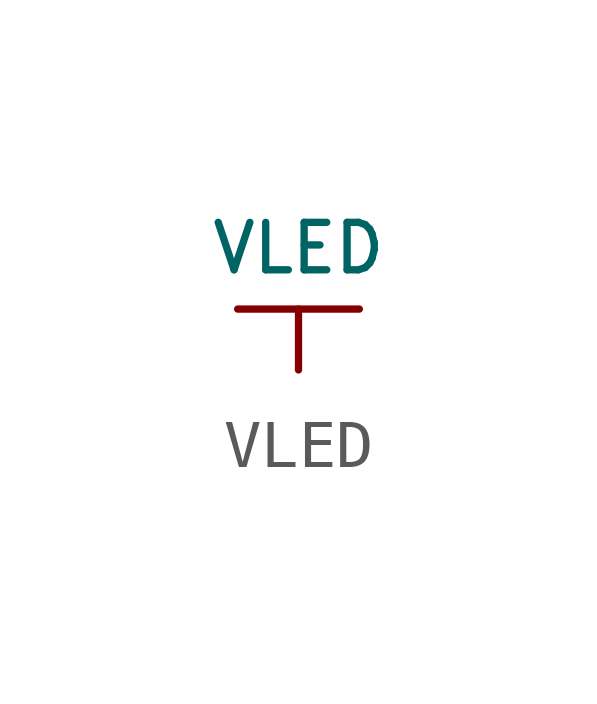
<source format=kicad_sym>
(kicad_symbol_lib
  (version 20220914)
  (generator kicad_symbol_editor)
  (symbol "VLED"
    (power)
    (pin_numbers hide)
    (pin_names
      (offset 0) hide)
    (property "Reference" "#PWR"
      (at 0 -2.54 0)
      (effects (font (size 1.524 1.524)) hide))
    (property "Value" "VLED"
      (at 0 1.27 0)
      (effects (font (size 0.991 0.991))))
    (property "Footprint" ""
      (at 0 0 0)
      (effects (font (size 1.524 1.524))))
    (property "Datasheet" ""
      (at 0 0 0)
      (effects (font (size 1.524 1.524))))
    (symbol "VLED_0_1"
      (polyline (pts (xy -1.27 0) (xy 1.27 0)) (stroke (width 0) (type default)) (fill (type none))))
    (symbol "VLED_1_1"
      (pin power_in line (at 0 -1.27 90) (length 1.27) (name "VLED" (effects (font (size 1.27 1.27)))) (number "1" (effects (font (size 1.27 1.27))))))))
</source>
